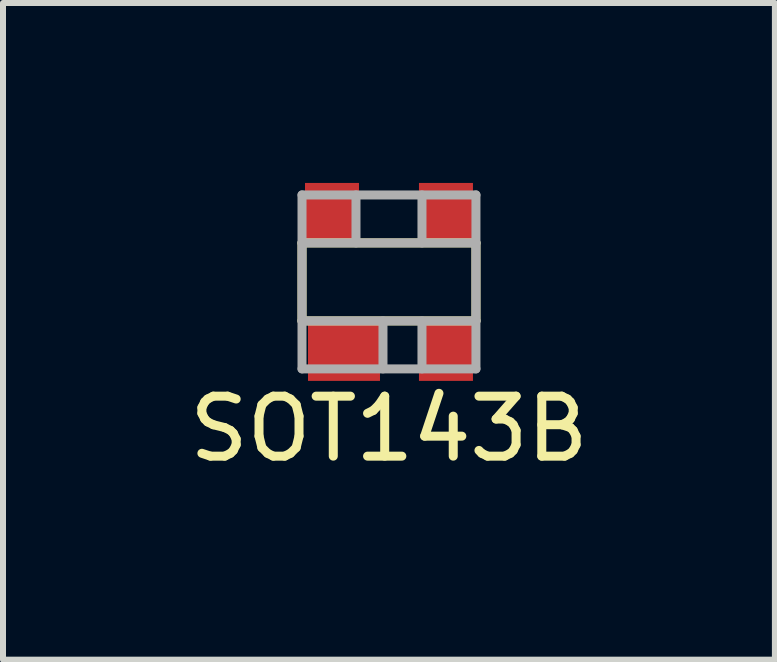
<source format=kicad_pcb>
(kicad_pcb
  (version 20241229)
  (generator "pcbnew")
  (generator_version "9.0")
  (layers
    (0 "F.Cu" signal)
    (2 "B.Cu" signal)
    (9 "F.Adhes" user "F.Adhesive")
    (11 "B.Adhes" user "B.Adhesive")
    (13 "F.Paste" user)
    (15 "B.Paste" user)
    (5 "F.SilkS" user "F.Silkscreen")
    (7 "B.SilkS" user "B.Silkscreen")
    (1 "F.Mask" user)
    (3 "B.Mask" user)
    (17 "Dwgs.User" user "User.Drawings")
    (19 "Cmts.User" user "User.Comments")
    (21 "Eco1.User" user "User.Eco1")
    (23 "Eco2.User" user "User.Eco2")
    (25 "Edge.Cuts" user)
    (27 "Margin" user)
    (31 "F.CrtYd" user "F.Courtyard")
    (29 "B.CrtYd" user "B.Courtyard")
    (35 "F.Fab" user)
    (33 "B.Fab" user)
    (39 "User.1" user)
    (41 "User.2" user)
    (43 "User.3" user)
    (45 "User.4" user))
  (footprint "SOT143B"
    (layer "F.Cu")
    (at 3.435 1.65)
    (property "Reference" "SOT143B" (at 0 2.45 0) (layer "F.SilkS") (effects (font (size 1 1) (thickness 0.15))))
    (attr smd)
    (fp_line (start -1.45 -0.65) (end -1.45 0.65) (stroke (width 0.15) (type solid)) (layer "F.SilkS"))
    (fp_line (start -1.45 -0.65) (end 1.45 -0.65) (stroke (width 0.15) (type solid)) (layer "F.SilkS"))
    (fp_line (start -1.45 0.65) (end 1.45 0.65) (stroke (width 0.15) (type solid)) (layer "F.SilkS"))
    (fp_line (start 1.45 0.65) (end 1.45 -0.65) (stroke (width 0.15) (type solid)) (layer "F.SilkS"))
    (fp_line (start -1.45 -1.45) (end 1.45 -1.45) (stroke (width 0.15) (type solid)) (layer "F.Fab"))
    (fp_line (start -1.45 -0.65) (end 1.45 -0.65) (stroke (width 0.15) (type solid)) (layer "F.Fab"))
    (fp_line (start -1.45 1.45) (end -1.45 -1.45) (stroke (width 0.15) (type solid)) (layer "F.Fab"))
    (fp_line (start -0.55 -0.65) (end -0.55 -1.45) (stroke (width 0.15) (type solid)) (layer "F.Fab"))
    (fp_line (start -0.1 0.65) (end -0.1 1.45) (stroke (width 0.15) (type solid)) (layer "F.Fab"))
    (fp_line (start 0.55 -1.45) (end 0.55 -0.65) (stroke (width 0.15) (type solid)) (layer "F.Fab"))
    (fp_line (start 0.55 1.45) (end 0.55 0.65) (stroke (width 0.15) (type solid)) (layer "F.Fab"))
    (fp_line (start 1.45 -1.45) (end 1.45 1.45) (stroke (width 0.15) (type solid)) (layer "F.Fab"))
    (fp_line (start 1.45 0.65) (end -1.45 0.65) (stroke (width 0.15) (type solid)) (layer "F.Fab"))
    (fp_line (start 1.45 1.45) (end -1.45 1.45) (stroke (width 0.15) (type solid)) (layer "F.Fab"))
    (pad "1" smd rect (at -0.75 1.15) (size 1.2 1) (layers "F.Cu" "F.Mask" "F.Paste"))
    (pad "2" smd rect (at 0.95 1.15) (size 0.9 1) (layers "F.Cu" "F.Mask" "F.Paste"))
    (pad "3" smd rect (at 0.95 -1.15) (size 0.9 1) (layers "F.Cu" "F.Mask" "F.Paste"))
    (pad "4" smd rect (at -0.95 -1.15) (size 0.9 1) (layers "F.Cu" "F.Mask" "F.Paste")))
  (gr_rect
    (start -3 -3)
    (end 9.869 7.948)
    (stroke (width 0.1) (type default))
    (fill no)
    (layer "Edge.Cuts")))
</source>
